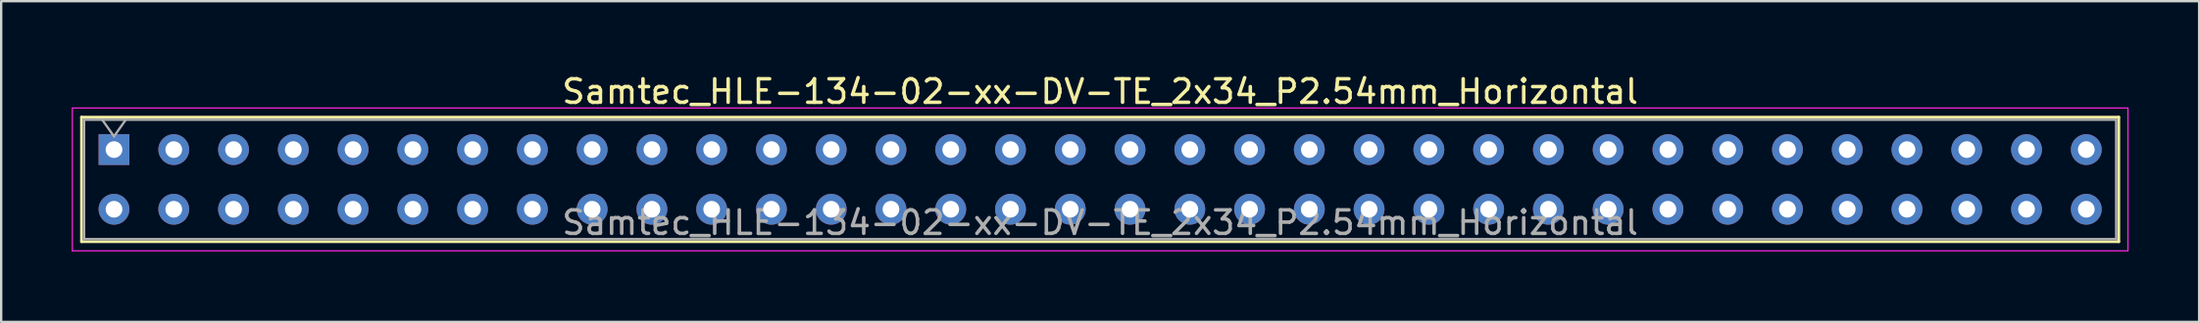
<source format=kicad_pcb>
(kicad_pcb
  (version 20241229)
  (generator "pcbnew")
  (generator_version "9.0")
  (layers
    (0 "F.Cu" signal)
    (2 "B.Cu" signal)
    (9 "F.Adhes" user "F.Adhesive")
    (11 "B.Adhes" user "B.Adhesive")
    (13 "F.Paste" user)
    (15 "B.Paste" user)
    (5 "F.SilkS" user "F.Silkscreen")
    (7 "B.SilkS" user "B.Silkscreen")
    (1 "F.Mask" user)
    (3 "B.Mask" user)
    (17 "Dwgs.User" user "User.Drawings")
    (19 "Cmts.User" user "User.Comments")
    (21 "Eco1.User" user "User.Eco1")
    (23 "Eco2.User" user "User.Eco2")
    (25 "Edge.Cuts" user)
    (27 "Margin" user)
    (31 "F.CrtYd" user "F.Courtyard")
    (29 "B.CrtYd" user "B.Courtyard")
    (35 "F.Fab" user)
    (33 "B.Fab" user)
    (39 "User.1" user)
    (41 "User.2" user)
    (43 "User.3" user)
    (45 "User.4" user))
  (footprint "Samtec_HLE-134-02-xx-DV-TE_2x34_P2.54mm_Horizontal"
    (layer "F.Cu")
    (at 1.795 3.318)
    (property "Reference" "Samtec_HLE-134-02-xx-DV-TE_2x34_P2.54mm_Horizontal" (at 41.91 -2.47 0) (layer "F.SilkS") (effects (font (size 1 1) (thickness 0.15))))
    (attr through_hole)
    (fp_line (start -1.38 -1.38) (end 85.2 -1.38) (stroke (width 0.12) (type solid)) (layer "F.SilkS"))
    (fp_line (start -1.38 3.92) (end -1.38 -1.38) (stroke (width 0.12) (type solid)) (layer "F.SilkS"))
    (fp_line (start 85.2 -1.38) (end 85.2 3.92) (stroke (width 0.12) (type solid)) (layer "F.SilkS"))
    (fp_line (start 85.2 3.92) (end -1.38 3.92) (stroke (width 0.12) (type solid)) (layer "F.SilkS"))
    (fp_line (start -1.77 -1.77) (end 85.59 -1.77) (stroke (width 0.05) (type solid)) (layer "F.CrtYd"))
    (fp_line (start -1.77 4.31) (end -1.77 -1.77) (stroke (width 0.05) (type solid)) (layer "F.CrtYd"))
    (fp_line (start 85.59 -1.77) (end 85.59 4.31) (stroke (width 0.05) (type solid)) (layer "F.CrtYd"))
    (fp_line (start 85.59 4.31) (end -1.77 4.31) (stroke (width 0.05) (type solid)) (layer "F.CrtYd"))
    (fp_line (start -1.27 -1.27) (end 85.09 -1.27) (stroke (width 0.1) (type solid)) (layer "F.Fab"))
    (fp_line (start -1.27 3.81) (end -1.27 -1.27) (stroke (width 0.1) (type solid)) (layer "F.Fab"))
    (fp_line (start -0.5 -1.27) (end 0 -0.563) (stroke (width 0.1) (type solid)) (layer "F.Fab"))
    (fp_line (start 0 -0.563) (end 0.5 -1.27) (stroke (width 0.1) (type solid)) (layer "F.Fab"))
    (fp_line (start 85.09 -1.27) (end 85.09 3.81) (stroke (width 0.1) (type solid)) (layer "F.Fab"))
    (fp_line (start 85.09 3.81) (end -1.27 3.81) (stroke (width 0.1) (type solid)) (layer "F.Fab"))
    (fp_text user "${REFERENCE}" (at 41.91 3.11 0) (layer "F.Fab") (effects (font (size 1 1) (thickness 0.15))))
    (pad "1" thru_hole rect (at 0 0) (size 1.31 1.31) (drill 0.71) (layers "*.Cu" "*.Mask"))
    (pad "2" thru_hole circle (at 0 2.54) (size 1.31 1.31) (drill 0.71) (layers "*.Cu" "*.Mask"))
    (pad "3" thru_hole circle (at 2.54 0) (size 1.31 1.31) (drill 0.71) (layers "*.Cu" "*.Mask"))
    (pad "4" thru_hole circle (at 2.54 2.54) (size 1.31 1.31) (drill 0.71) (layers "*.Cu" "*.Mask"))
    (pad "5" thru_hole circle (at 5.08 0) (size 1.31 1.31) (drill 0.71) (layers "*.Cu" "*.Mask"))
    (pad "6" thru_hole circle (at 5.08 2.54) (size 1.31 1.31) (drill 0.71) (layers "*.Cu" "*.Mask"))
    (pad "7" thru_hole circle (at 7.62 0) (size 1.31 1.31) (drill 0.71) (layers "*.Cu" "*.Mask"))
    (pad "8" thru_hole circle (at 7.62 2.54) (size 1.31 1.31) (drill 0.71) (layers "*.Cu" "*.Mask"))
    (pad "9" thru_hole circle (at 10.16 0) (size 1.31 1.31) (drill 0.71) (layers "*.Cu" "*.Mask"))
    (pad "10" thru_hole circle (at 10.16 2.54) (size 1.31 1.31) (drill 0.71) (layers "*.Cu" "*.Mask"))
    (pad "11" thru_hole circle (at 12.7 0) (size 1.31 1.31) (drill 0.71) (layers "*.Cu" "*.Mask"))
    (pad "12" thru_hole circle (at 12.7 2.54) (size 1.31 1.31) (drill 0.71) (layers "*.Cu" "*.Mask"))
    (pad "13" thru_hole circle (at 15.24 0) (size 1.31 1.31) (drill 0.71) (layers "*.Cu" "*.Mask"))
    (pad "14" thru_hole circle (at 15.24 2.54) (size 1.31 1.31) (drill 0.71) (layers "*.Cu" "*.Mask"))
    (pad "15" thru_hole circle (at 17.78 0) (size 1.31 1.31) (drill 0.71) (layers "*.Cu" "*.Mask"))
    (pad "16" thru_hole circle (at 17.78 2.54) (size 1.31 1.31) (drill 0.71) (layers "*.Cu" "*.Mask"))
    (pad "17" thru_hole circle (at 20.32 0) (size 1.31 1.31) (drill 0.71) (layers "*.Cu" "*.Mask"))
    (pad "18" thru_hole circle (at 20.32 2.54) (size 1.31 1.31) (drill 0.71) (layers "*.Cu" "*.Mask"))
    (pad "19" thru_hole circle (at 22.86 0) (size 1.31 1.31) (drill 0.71) (layers "*.Cu" "*.Mask"))
    (pad "20" thru_hole circle (at 22.86 2.54) (size 1.31 1.31) (drill 0.71) (layers "*.Cu" "*.Mask"))
    (pad "21" thru_hole circle (at 25.4 0) (size 1.31 1.31) (drill 0.71) (layers "*.Cu" "*.Mask"))
    (pad "22" thru_hole circle (at 25.4 2.54) (size 1.31 1.31) (drill 0.71) (layers "*.Cu" "*.Mask"))
    (pad "23" thru_hole circle (at 27.94 0) (size 1.31 1.31) (drill 0.71) (layers "*.Cu" "*.Mask"))
    (pad "24" thru_hole circle (at 27.94 2.54) (size 1.31 1.31) (drill 0.71) (layers "*.Cu" "*.Mask"))
    (pad "25" thru_hole circle (at 30.48 0) (size 1.31 1.31) (drill 0.71) (layers "*.Cu" "*.Mask"))
    (pad "26" thru_hole circle (at 30.48 2.54) (size 1.31 1.31) (drill 0.71) (layers "*.Cu" "*.Mask"))
    (pad "27" thru_hole circle (at 33.02 0) (size 1.31 1.31) (drill 0.71) (layers "*.Cu" "*.Mask"))
    (pad "28" thru_hole circle (at 33.02 2.54) (size 1.31 1.31) (drill 0.71) (layers "*.Cu" "*.Mask"))
    (pad "29" thru_hole circle (at 35.56 0) (size 1.31 1.31) (drill 0.71) (layers "*.Cu" "*.Mask"))
    (pad "30" thru_hole circle (at 35.56 2.54) (size 1.31 1.31) (drill 0.71) (layers "*.Cu" "*.Mask"))
    (pad "31" thru_hole circle (at 38.1 0) (size 1.31 1.31) (drill 0.71) (layers "*.Cu" "*.Mask"))
    (pad "32" thru_hole circle (at 38.1 2.54) (size 1.31 1.31) (drill 0.71) (layers "*.Cu" "*.Mask"))
    (pad "33" thru_hole circle (at 40.64 0) (size 1.31 1.31) (drill 0.71) (layers "*.Cu" "*.Mask"))
    (pad "34" thru_hole circle (at 40.64 2.54) (size 1.31 1.31) (drill 0.71) (layers "*.Cu" "*.Mask"))
    (pad "35" thru_hole circle (at 43.18 0) (size 1.31 1.31) (drill 0.71) (layers "*.Cu" "*.Mask"))
    (pad "36" thru_hole circle (at 43.18 2.54) (size 1.31 1.31) (drill 0.71) (layers "*.Cu" "*.Mask"))
    (pad "37" thru_hole circle (at 45.72 0) (size 1.31 1.31) (drill 0.71) (layers "*.Cu" "*.Mask"))
    (pad "38" thru_hole circle (at 45.72 2.54) (size 1.31 1.31) (drill 0.71) (layers "*.Cu" "*.Mask"))
    (pad "39" thru_hole circle (at 48.26 0) (size 1.31 1.31) (drill 0.71) (layers "*.Cu" "*.Mask"))
    (pad "40" thru_hole circle (at 48.26 2.54) (size 1.31 1.31) (drill 0.71) (layers "*.Cu" "*.Mask"))
    (pad "41" thru_hole circle (at 50.8 0) (size 1.31 1.31) (drill 0.71) (layers "*.Cu" "*.Mask"))
    (pad "42" thru_hole circle (at 50.8 2.54) (size 1.31 1.31) (drill 0.71) (layers "*.Cu" "*.Mask"))
    (pad "43" thru_hole circle (at 53.34 0) (size 1.31 1.31) (drill 0.71) (layers "*.Cu" "*.Mask"))
    (pad "44" thru_hole circle (at 53.34 2.54) (size 1.31 1.31) (drill 0.71) (layers "*.Cu" "*.Mask"))
    (pad "45" thru_hole circle (at 55.88 0) (size 1.31 1.31) (drill 0.71) (layers "*.Cu" "*.Mask"))
    (pad "46" thru_hole circle (at 55.88 2.54) (size 1.31 1.31) (drill 0.71) (layers "*.Cu" "*.Mask"))
    (pad "47" thru_hole circle (at 58.42 0) (size 1.31 1.31) (drill 0.71) (layers "*.Cu" "*.Mask"))
    (pad "48" thru_hole circle (at 58.42 2.54) (size 1.31 1.31) (drill 0.71) (layers "*.Cu" "*.Mask"))
    (pad "49" thru_hole circle (at 60.96 0) (size 1.31 1.31) (drill 0.71) (layers "*.Cu" "*.Mask"))
    (pad "50" thru_hole circle (at 60.96 2.54) (size 1.31 1.31) (drill 0.71) (layers "*.Cu" "*.Mask"))
    (pad "51" thru_hole circle (at 63.5 0) (size 1.31 1.31) (drill 0.71) (layers "*.Cu" "*.Mask"))
    (pad "52" thru_hole circle (at 63.5 2.54) (size 1.31 1.31) (drill 0.71) (layers "*.Cu" "*.Mask"))
    (pad "53" thru_hole circle (at 66.04 0) (size 1.31 1.31) (drill 0.71) (layers "*.Cu" "*.Mask"))
    (pad "54" thru_hole circle (at 66.04 2.54) (size 1.31 1.31) (drill 0.71) (layers "*.Cu" "*.Mask"))
    (pad "55" thru_hole circle (at 68.58 0) (size 1.31 1.31) (drill 0.71) (layers "*.Cu" "*.Mask"))
    (pad "56" thru_hole circle (at 68.58 2.54) (size 1.31 1.31) (drill 0.71) (layers "*.Cu" "*.Mask"))
    (pad "57" thru_hole circle (at 71.12 0) (size 1.31 1.31) (drill 0.71) (layers "*.Cu" "*.Mask"))
    (pad "58" thru_hole circle (at 71.12 2.54) (size 1.31 1.31) (drill 0.71) (layers "*.Cu" "*.Mask"))
    (pad "59" thru_hole circle (at 73.66 0) (size 1.31 1.31) (drill 0.71) (layers "*.Cu" "*.Mask"))
    (pad "60" thru_hole circle (at 73.66 2.54) (size 1.31 1.31) (drill 0.71) (layers "*.Cu" "*.Mask"))
    (pad "61" thru_hole circle (at 76.2 0) (size 1.31 1.31) (drill 0.71) (layers "*.Cu" "*.Mask"))
    (pad "62" thru_hole circle (at 76.2 2.54) (size 1.31 1.31) (drill 0.71) (layers "*.Cu" "*.Mask"))
    (pad "63" thru_hole circle (at 78.74 0) (size 1.31 1.31) (drill 0.71) (layers "*.Cu" "*.Mask"))
    (pad "64" thru_hole circle (at 78.74 2.54) (size 1.31 1.31) (drill 0.71) (layers "*.Cu" "*.Mask"))
    (pad "65" thru_hole circle (at 81.28 0) (size 1.31 1.31) (drill 0.71) (layers "*.Cu" "*.Mask"))
    (pad "66" thru_hole circle (at 81.28 2.54) (size 1.31 1.31) (drill 0.71) (layers "*.Cu" "*.Mask"))
    (pad "67" thru_hole circle (at 83.82 0) (size 1.31 1.31) (drill 0.71) (layers "*.Cu" "*.Mask"))
    (pad "68" thru_hole circle (at 83.82 2.54) (size 1.31 1.31) (drill 0.71) (layers "*.Cu" "*.Mask")))
  (gr_rect
    (start -3 -3)
    (end 90.41 10.653)
    (stroke (width 0.1) (type default))
    (fill no)
    (layer "Edge.Cuts")))
</source>
